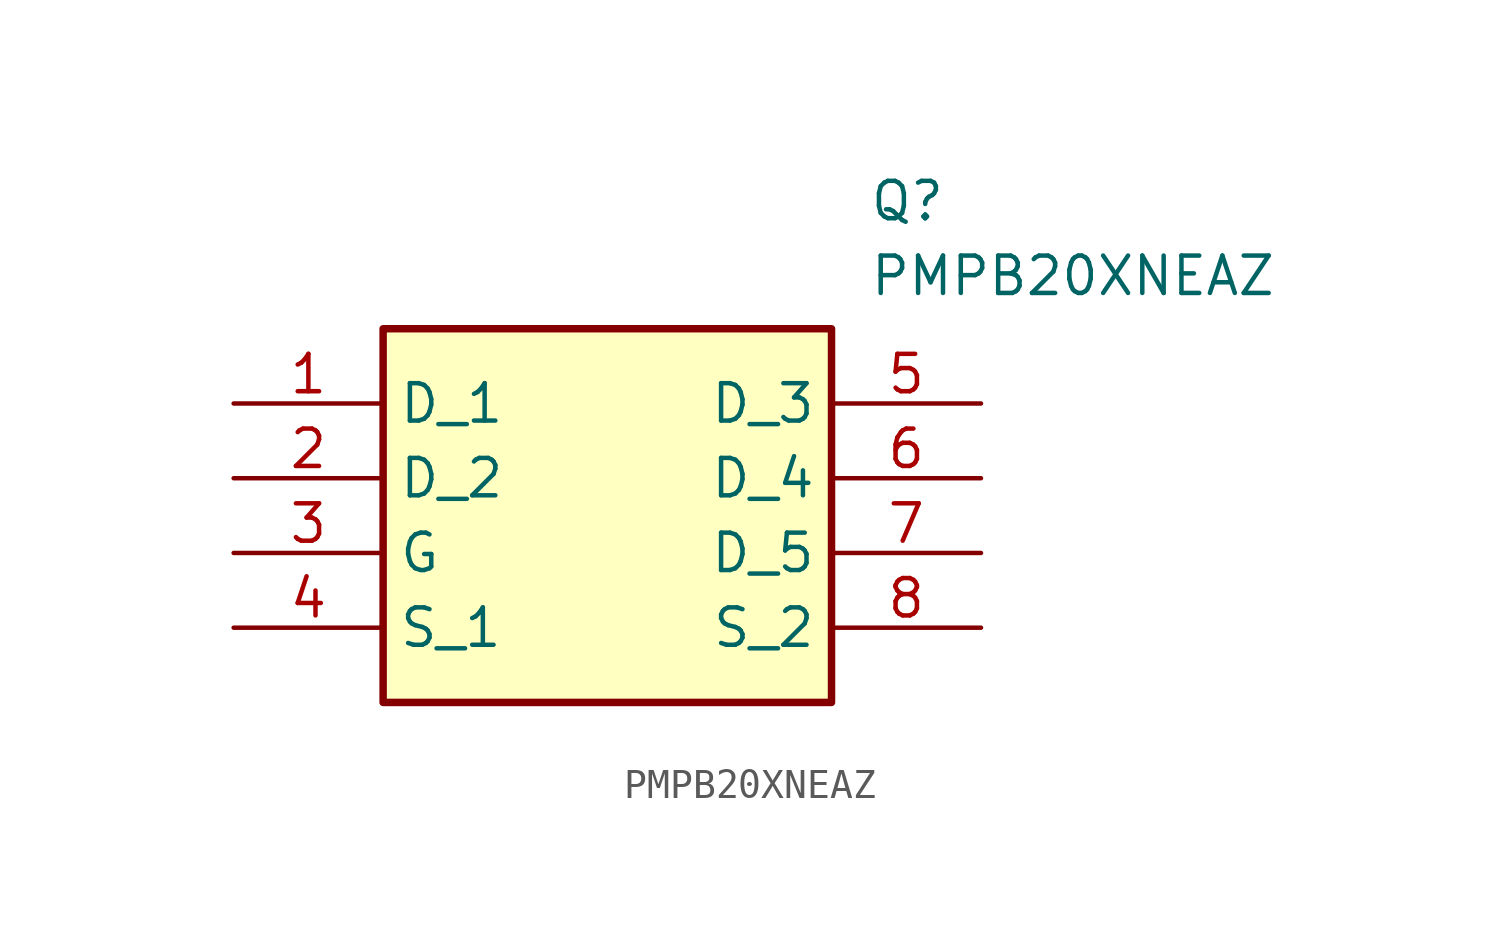
<source format=kicad_sym>
(kicad_symbol_lib
  (version 20211014)
  (generator SamacSys_ECAD_Model)
  (symbol "PMPB20XNEAZ"
    (property "Reference" "Q"
      (at 21.59 7.62 0)
      (effects (font (size 1.27 1.27)) (justify left top)))
    (property "Value" "PMPB20XNEAZ"
      (at 21.59 5.08 0)
      (effects (font (size 1.27 1.27)) (justify left top)))
    (rectangle
      (start 5.08 2.54)
      (end 20.32 -10.16)
      (stroke (width 0.254) (type default))
      (fill (type background)))
    (pin passive line
      (at 0 0 0)
      (length 5.08)
      (name "D_1" (effects (font (size 1.27 1.27))))
      (number "1" (effects (font (size 1.27 1.27)))))
    (pin passive line
      (at 0 -2.54 0)
      (length 5.08)
      (name "D_2" (effects (font (size 1.27 1.27))))
      (number "2" (effects (font (size 1.27 1.27)))))
    (pin passive line
      (at 0 -5.08 0)
      (length 5.08)
      (name "G" (effects (font (size 1.27 1.27))))
      (number "3" (effects (font (size 1.27 1.27)))))
    (pin passive line
      (at 0 -7.62 0)
      (length 5.08)
      (name "S_1" (effects (font (size 1.27 1.27))))
      (number "4" (effects (font (size 1.27 1.27)))))
    (pin passive line
      (at 25.4 0 180)
      (length 5.08)
      (name "D_3" (effects (font (size 1.27 1.27))))
      (number "5" (effects (font (size 1.27 1.27)))))
    (pin passive line
      (at 25.4 -2.54 180)
      (length 5.08)
      (name "D_4" (effects (font (size 1.27 1.27))))
      (number "6" (effects (font (size 1.27 1.27)))))
    (pin passive line
      (at 25.4 -5.08 180)
      (length 5.08)
      (name "D_5" (effects (font (size 1.27 1.27))))
      (number "7" (effects (font (size 1.27 1.27)))))
    (pin passive line
      (at 25.4 -7.62 180)
      (length 5.08)
      (name "S_2" (effects (font (size 1.27 1.27))))
      (number "8" (effects (font (size 1.27 1.27)))))))
</source>
